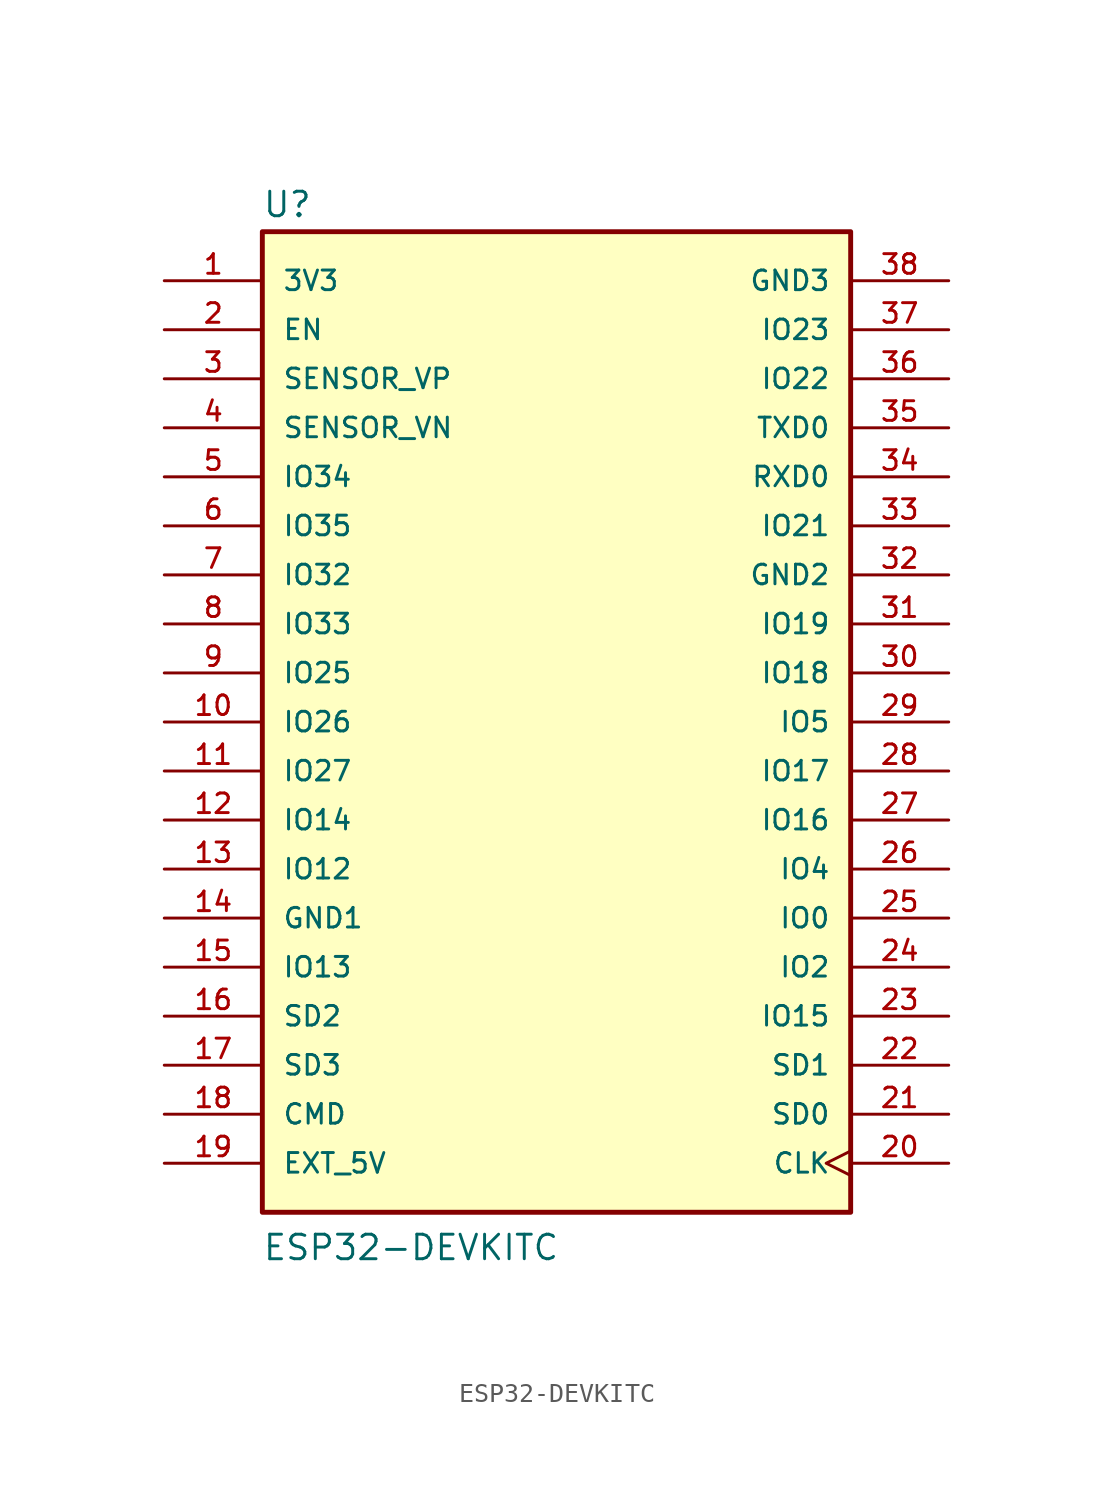
<source format=kicad_sym>
(kicad_symbol_lib
  (version 20241209)
  (generator "kicad_symbol_editor")
  (generator_version "9.0")
  (symbol "ESP32-DEVKITC"
    (pin_names
      (offset 1.016))
    (property "Reference" "U"
      (at -15.257 26.064 0)
      (effects (font (size 1.27 1.27)) (justify left bottom)))
    (property "Value" "ESP32-DEVKITC"
      (at -15.256 -27.97 0)
      (effects (font (size 1.27 1.27)) (justify left bottom)))
    (symbol "ESP32-DEVKITC_0_0"
      (rectangle (start -15.24 -25.4) (end 15.24 25.4) (stroke (width 0.254) (type default)) (fill (type background)))
      (pin power_in line (at -20.32 22.86 0) (length 5.08) (name "3V3" (effects (font (size 1.016 1.016)))) (number "1" (effects (font (size 1.016 1.016)))))
      (pin input line (at -20.32 20.32 0) (length 5.08) (name "EN" (effects (font (size 1.016 1.016)))) (number "2" (effects (font (size 1.016 1.016)))))
      (pin input line (at -20.32 17.78 0) (length 5.08) (name "SENSOR_VP" (effects (font (size 1.016 1.016)))) (number "3" (effects (font (size 1.016 1.016)))))
      (pin input line (at -20.32 15.24 0) (length 5.08) (name "SENSOR_VN" (effects (font (size 1.016 1.016)))) (number "4" (effects (font (size 1.016 1.016)))))
      (pin bidirectional line (at -20.32 12.7 0) (length 5.08) (name "IO34" (effects (font (size 1.016 1.016)))) (number "5" (effects (font (size 1.016 1.016)))))
      (pin bidirectional line (at -20.32 10.16 0) (length 5.08) (name "IO35" (effects (font (size 1.016 1.016)))) (number "6" (effects (font (size 1.016 1.016)))))
      (pin bidirectional line (at -20.32 7.62 0) (length 5.08) (name "IO32" (effects (font (size 1.016 1.016)))) (number "7" (effects (font (size 1.016 1.016)))))
      (pin bidirectional line (at -20.32 5.08 0) (length 5.08) (name "IO33" (effects (font (size 1.016 1.016)))) (number "8" (effects (font (size 1.016 1.016)))))
      (pin bidirectional line (at -20.32 2.54 0) (length 5.08) (name "IO25" (effects (font (size 1.016 1.016)))) (number "9" (effects (font (size 1.016 1.016)))))
      (pin bidirectional line (at -20.32 0 0) (length 5.08) (name "IO26" (effects (font (size 1.016 1.016)))) (number "10" (effects (font (size 1.016 1.016)))))
      (pin bidirectional line (at -20.32 -2.54 0) (length 5.08) (name "IO27" (effects (font (size 1.016 1.016)))) (number "11" (effects (font (size 1.016 1.016)))))
      (pin bidirectional line (at -20.32 -5.08 0) (length 5.08) (name "IO14" (effects (font (size 1.016 1.016)))) (number "12" (effects (font (size 1.016 1.016)))))
      (pin bidirectional line (at -20.32 -7.62 0) (length 5.08) (name "IO12" (effects (font (size 1.016 1.016)))) (number "13" (effects (font (size 1.016 1.016)))))
      (pin power_in line (at -20.32 -10.16 0) (length 5.08) (name "GND1" (effects (font (size 1.016 1.016)))) (number "14" (effects (font (size 1.016 1.016)))))
      (pin bidirectional line (at -20.32 -12.7 0) (length 5.08) (name "IO13" (effects (font (size 1.016 1.016)))) (number "15" (effects (font (size 1.016 1.016)))))
      (pin bidirectional line (at -20.32 -15.24 0) (length 5.08) (name "SD2" (effects (font (size 1.016 1.016)))) (number "16" (effects (font (size 1.016 1.016)))))
      (pin bidirectional line (at -20.32 -17.78 0) (length 5.08) (name "SD3" (effects (font (size 1.016 1.016)))) (number "17" (effects (font (size 1.016 1.016)))))
      (pin bidirectional line (at -20.32 -20.32 0) (length 5.08) (name "CMD" (effects (font (size 1.016 1.016)))) (number "18" (effects (font (size 1.016 1.016)))))
      (pin power_in line (at -20.32 -22.86 0) (length 5.08) (name "EXT_5V" (effects (font (size 1.016 1.016)))) (number "19" (effects (font (size 1.016 1.016)))))
      (pin power_in line (at 20.32 22.86 180) (length 5.08) (name "GND3" (effects (font (size 1.016 1.016)))) (number "38" (effects (font (size 1.016 1.016)))))
      (pin bidirectional line (at 20.32 20.32 180) (length 5.08) (name "IO23" (effects (font (size 1.016 1.016)))) (number "37" (effects (font (size 1.016 1.016)))))
      (pin bidirectional line (at 20.32 17.78 180) (length 5.08) (name "IO22" (effects (font (size 1.016 1.016)))) (number "36" (effects (font (size 1.016 1.016)))))
      (pin output line (at 20.32 15.24 180) (length 5.08) (name "TXD0" (effects (font (size 1.016 1.016)))) (number "35" (effects (font (size 1.016 1.016)))))
      (pin input line (at 20.32 12.7 180) (length 5.08) (name "RXD0" (effects (font (size 1.016 1.016)))) (number "34" (effects (font (size 1.016 1.016)))))
      (pin bidirectional line (at 20.32 10.16 180) (length 5.08) (name "IO21" (effects (font (size 1.016 1.016)))) (number "33" (effects (font (size 1.016 1.016)))))
      (pin power_in line (at 20.32 7.62 180) (length 5.08) (name "GND2" (effects (font (size 1.016 1.016)))) (number "32" (effects (font (size 1.016 1.016)))))
      (pin bidirectional line (at 20.32 5.08 180) (length 5.08) (name "IO19" (effects (font (size 1.016 1.016)))) (number "31" (effects (font (size 1.016 1.016)))))
      (pin bidirectional line (at 20.32 2.54 180) (length 5.08) (name "IO18" (effects (font (size 1.016 1.016)))) (number "30" (effects (font (size 1.016 1.016)))))
      (pin bidirectional line (at 20.32 0 180) (length 5.08) (name "IO5" (effects (font (size 1.016 1.016)))) (number "29" (effects (font (size 1.016 1.016)))))
      (pin bidirectional line (at 20.32 -2.54 180) (length 5.08) (name "IO17" (effects (font (size 1.016 1.016)))) (number "28" (effects (font (size 1.016 1.016)))))
      (pin bidirectional line (at 20.32 -5.08 180) (length 5.08) (name "IO16" (effects (font (size 1.016 1.016)))) (number "27" (effects (font (size 1.016 1.016)))))
      (pin bidirectional line (at 20.32 -7.62 180) (length 5.08) (name "IO4" (effects (font (size 1.016 1.016)))) (number "26" (effects (font (size 1.016 1.016)))))
      (pin bidirectional line (at 20.32 -10.16 180) (length 5.08) (name "IO0" (effects (font (size 1.016 1.016)))) (number "25" (effects (font (size 1.016 1.016)))))
      (pin bidirectional line (at 20.32 -12.7 180) (length 5.08) (name "IO2" (effects (font (size 1.016 1.016)))) (number "24" (effects (font (size 1.016 1.016)))))
      (pin bidirectional line (at 20.32 -15.24 180) (length 5.08) (name "IO15" (effects (font (size 1.016 1.016)))) (number "23" (effects (font (size 1.016 1.016)))))
      (pin bidirectional line (at 20.32 -17.78 180) (length 5.08) (name "SD1" (effects (font (size 1.016 1.016)))) (number "22" (effects (font (size 1.016 1.016)))))
      (pin bidirectional line (at 20.32 -20.32 180) (length 5.08) (name "SD0" (effects (font (size 1.016 1.016)))) (number "21" (effects (font (size 1.016 1.016)))))
      (pin input clock (at 20.32 -22.86 180) (length 5.08) (name "CLK" (effects (font (size 1.016 1.016)))) (number "20" (effects (font (size 1.016 1.016))))))))
</source>
